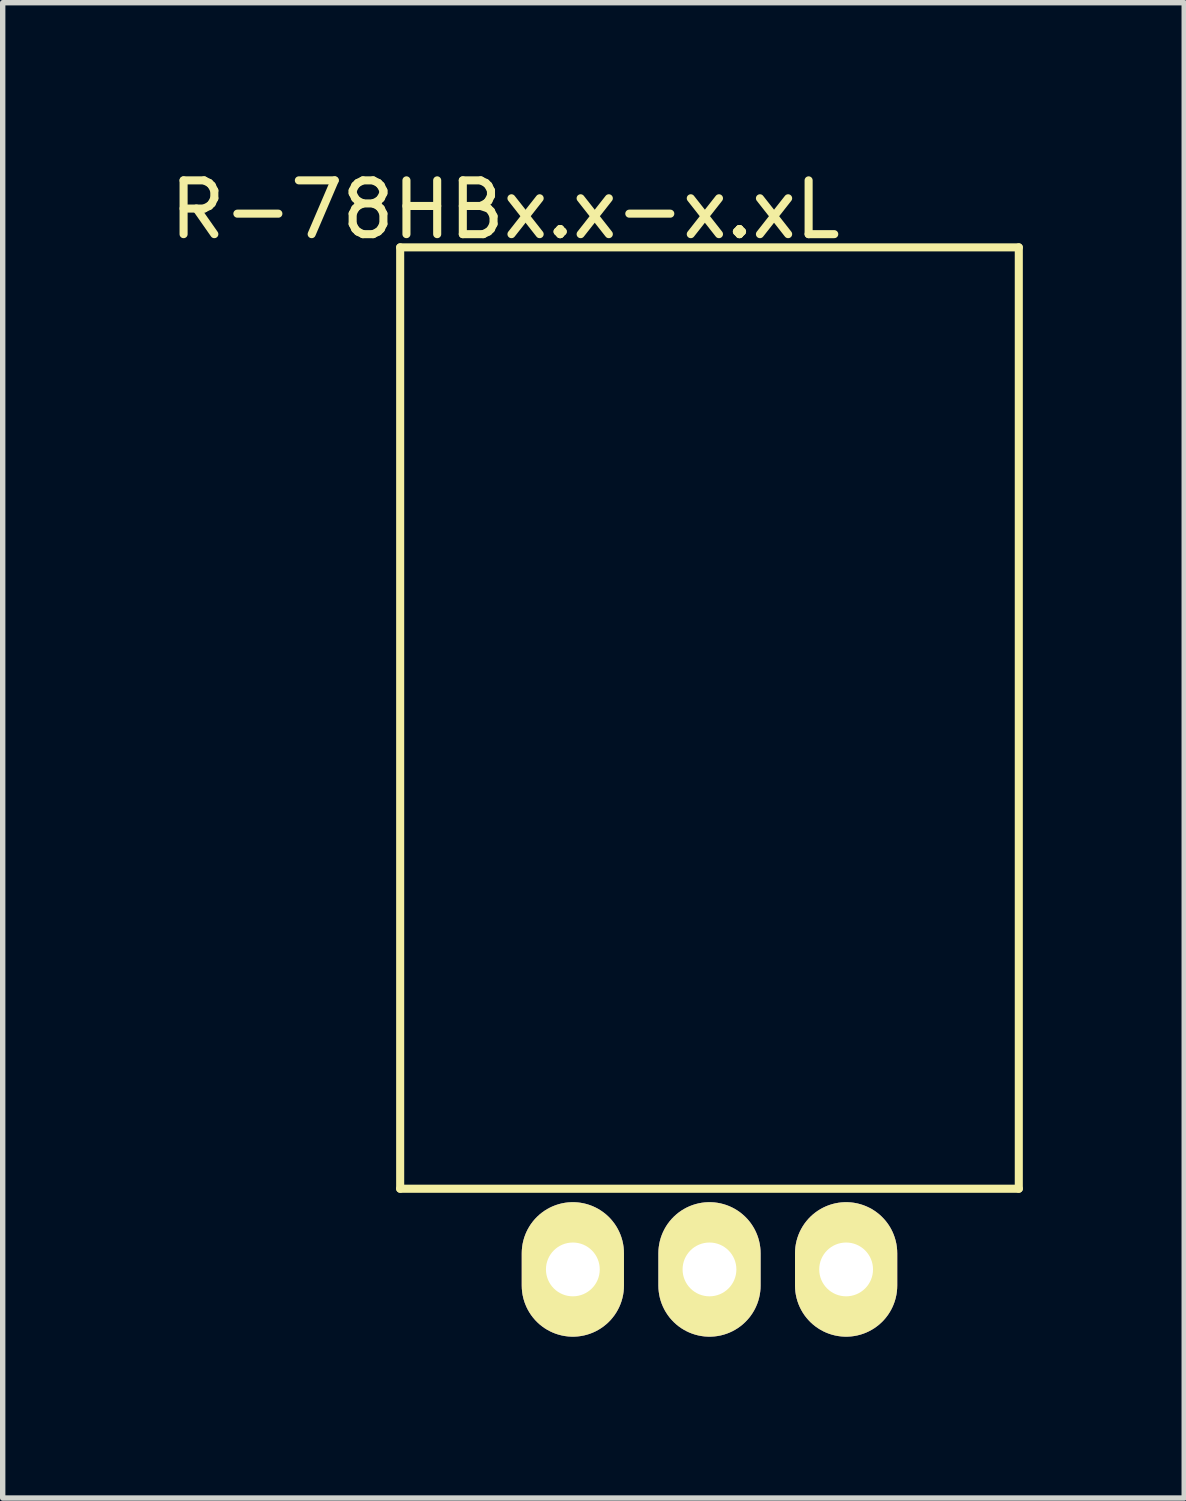
<source format=kicad_pcb>
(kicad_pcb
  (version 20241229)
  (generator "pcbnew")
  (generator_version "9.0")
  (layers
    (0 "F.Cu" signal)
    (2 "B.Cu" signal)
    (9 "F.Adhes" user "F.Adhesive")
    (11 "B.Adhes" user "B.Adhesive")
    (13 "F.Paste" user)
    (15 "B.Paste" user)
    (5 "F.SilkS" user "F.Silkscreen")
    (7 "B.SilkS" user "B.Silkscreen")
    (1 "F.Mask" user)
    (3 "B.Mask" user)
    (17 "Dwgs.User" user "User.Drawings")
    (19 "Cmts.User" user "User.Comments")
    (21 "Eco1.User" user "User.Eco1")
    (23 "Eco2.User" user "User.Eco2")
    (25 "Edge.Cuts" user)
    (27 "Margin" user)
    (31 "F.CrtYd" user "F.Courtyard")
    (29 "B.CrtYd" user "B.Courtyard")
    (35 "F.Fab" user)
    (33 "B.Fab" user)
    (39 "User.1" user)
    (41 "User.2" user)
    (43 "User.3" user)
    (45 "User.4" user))
  (footprint "R-78HBx.x-x.xL"
    (layer "F.Cu")
    (at 10.139 20.548)
    (property "Reference" "R-78HBx.x-x.xL" (at -3.8 -19.7 0) (layer "F.SilkS") (effects (font (size 1 1) (thickness 0.15))))
    (attr through_hole)
    (fp_line (start -5.75 -19) (end -5.75 -1.5) (stroke (width 0.15) (type solid)) (layer "F.SilkS"))
    (fp_line (start -5.75 -19) (end 5.75 -19) (stroke (width 0.15) (type solid)) (layer "F.SilkS"))
    (fp_line (start -5.75 -1.5) (end 5.75 -1.5) (stroke (width 0.15) (type solid)) (layer "F.SilkS"))
    (fp_line (start 5.75 -1.5) (end 5.75 -19) (stroke (width 0.15) (type solid)) (layer "F.SilkS"))
    (pad "GND" thru_hole oval (at 0 0) (size 1.9 2.5) (drill 1) (layers "*.Cu" "*.Mask" "F.SilkS"))
    (pad "VI" thru_hole oval (at -2.54 0) (size 1.9 2.5) (drill 1) (layers "*.Cu" "*.Mask" "F.SilkS"))
    (pad "VO" thru_hole oval (at 2.54 0) (size 1.9 2.5) (drill 1) (layers "*.Cu" "*.Mask" "F.SilkS")))
  (gr_rect
    (start -3 -3)
    (end 18.964 24.798)
    (stroke (width 0.1) (type default))
    (fill no)
    (layer "Edge.Cuts")))
</source>
